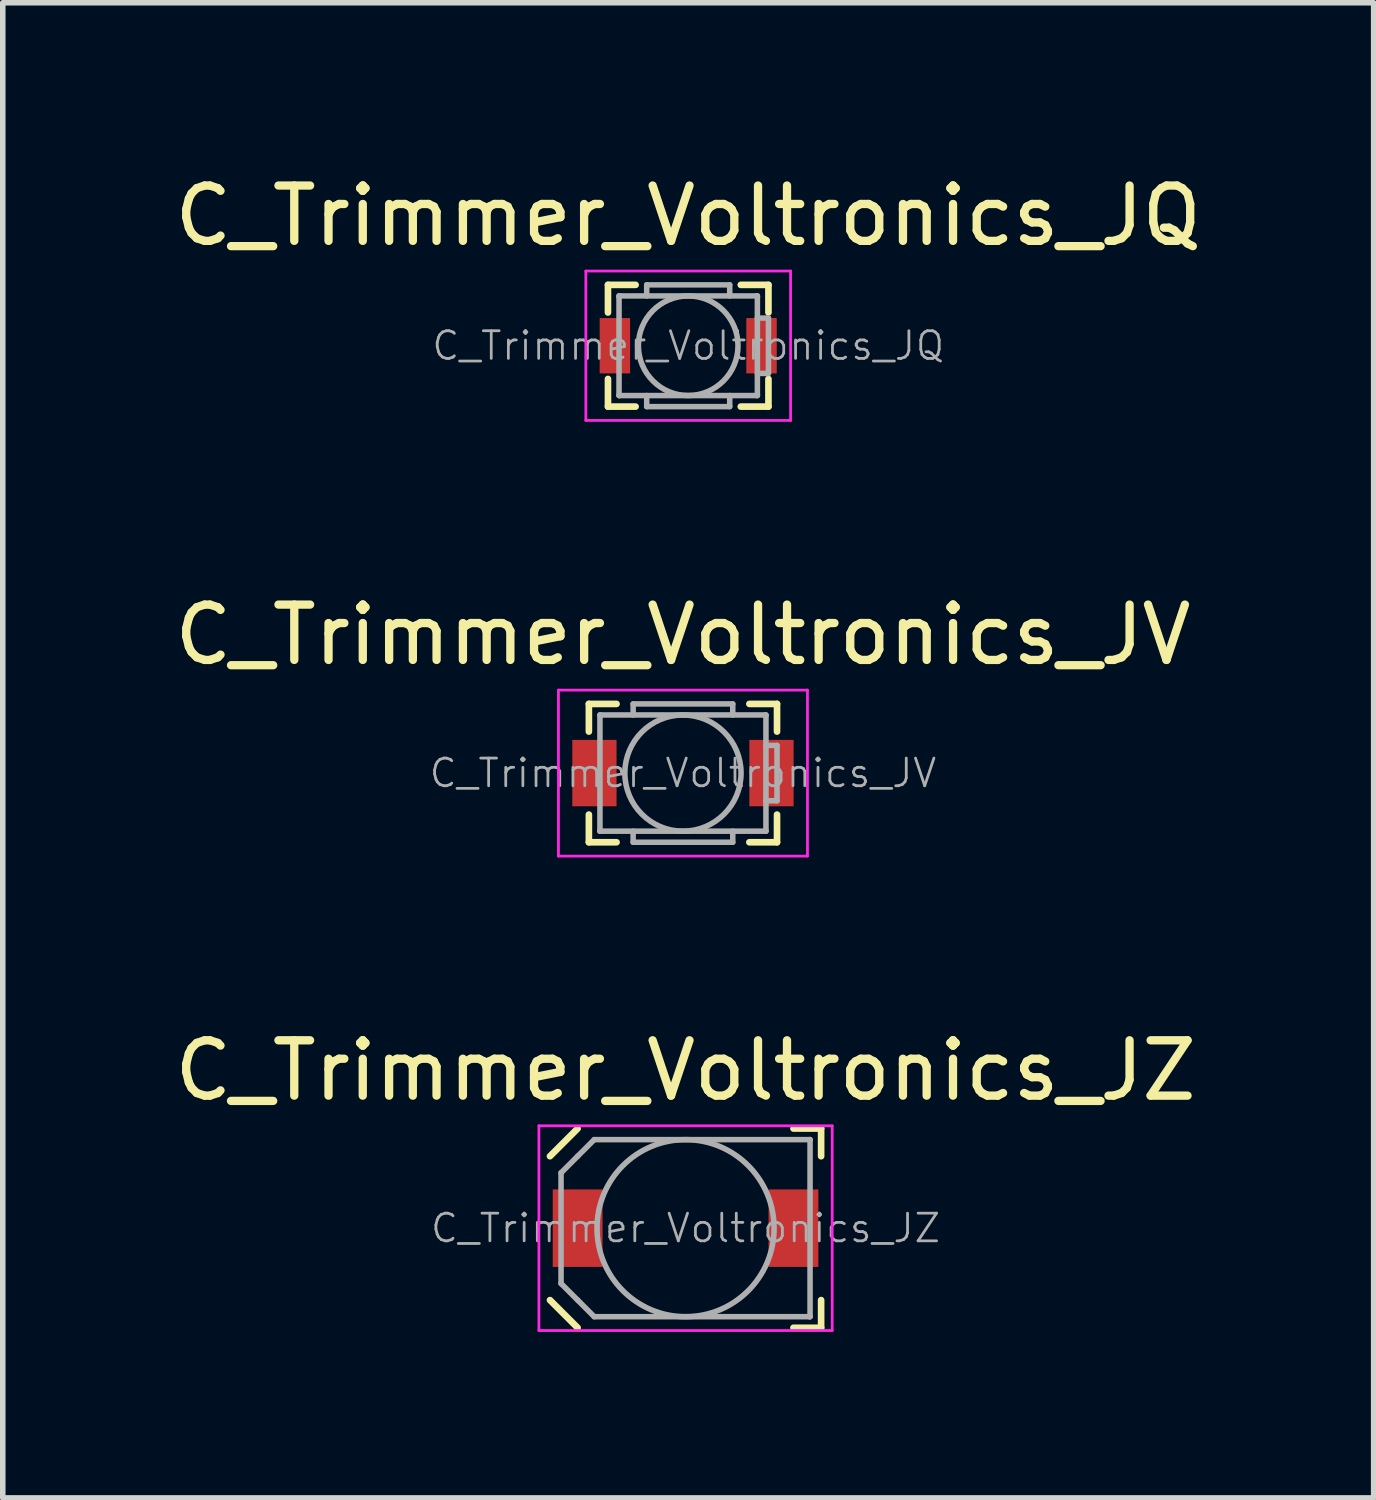
<source format=kicad_pcb>
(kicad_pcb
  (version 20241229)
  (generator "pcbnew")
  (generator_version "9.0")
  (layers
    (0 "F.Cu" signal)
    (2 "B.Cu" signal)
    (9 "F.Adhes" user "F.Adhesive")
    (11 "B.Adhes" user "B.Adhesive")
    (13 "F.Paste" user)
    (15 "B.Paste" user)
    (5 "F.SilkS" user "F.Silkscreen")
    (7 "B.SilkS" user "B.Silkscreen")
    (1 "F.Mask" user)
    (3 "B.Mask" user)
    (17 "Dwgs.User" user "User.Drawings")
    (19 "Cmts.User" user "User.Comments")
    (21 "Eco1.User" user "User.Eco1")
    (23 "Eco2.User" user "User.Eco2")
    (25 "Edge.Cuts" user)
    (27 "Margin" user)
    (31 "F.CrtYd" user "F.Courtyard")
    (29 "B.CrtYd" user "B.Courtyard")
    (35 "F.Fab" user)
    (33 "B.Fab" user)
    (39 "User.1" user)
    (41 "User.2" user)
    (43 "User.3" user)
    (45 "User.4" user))
  (footprint "C_Trimmer_Voltronics_JV"
    (layer "F.Cu")
    (at 9.292 10.921)
    (property "Reference" "C_Trimmer_Voltronics_JV" (at 0 -2.5 0) (layer "F.SilkS") (effects (font (size 1 1) (thickness 0.15))))
    (attr smd)
    (fp_line (start -1.7 -1.25) (end -1.7 -0.75) (stroke (width 0.12) (type solid)) (layer "F.SilkS"))
    (fp_line (start -1.7 -1.25) (end -1.2 -1.25) (stroke (width 0.12) (type solid)) (layer "F.SilkS"))
    (fp_line (start -1.7 1.25) (end -1.7 0.75) (stroke (width 0.12) (type solid)) (layer "F.SilkS"))
    (fp_line (start -1.7 1.25) (end -1.2 1.25) (stroke (width 0.12) (type solid)) (layer "F.SilkS"))
    (fp_line (start 1.7 -1.25) (end 1.2 -1.25) (stroke (width 0.12) (type solid)) (layer "F.SilkS"))
    (fp_line (start 1.7 -1.25) (end 1.7 -0.75) (stroke (width 0.12) (type solid)) (layer "F.SilkS"))
    (fp_line (start 1.7 1.25) (end 1.2 1.25) (stroke (width 0.12) (type solid)) (layer "F.SilkS"))
    (fp_line (start 1.7 1.25) (end 1.7 0.75) (stroke (width 0.12) (type solid)) (layer "F.SilkS"))
    (fp_line (start -2.25 -1.5) (end -2.25 1.5) (stroke (width 0.05) (type solid)) (layer "F.CrtYd"))
    (fp_line (start -2.25 1.5) (end 2.25 1.5) (stroke (width 0.05) (type solid)) (layer "F.CrtYd"))
    (fp_line (start 2.25 -1.5) (end -2.25 -1.5) (stroke (width 0.05) (type solid)) (layer "F.CrtYd"))
    (fp_line (start 2.25 1.5) (end 2.25 -1.5) (stroke (width 0.05) (type solid)) (layer "F.CrtYd"))
    (fp_line (start -1.5 -1.05) (end -1.49 -1.05) (stroke (width 0.1) (type solid)) (layer "F.Fab"))
    (fp_line (start -1.5 -1.04) (end -1.5 -1.05) (stroke (width 0.1) (type solid)) (layer "F.Fab"))
    (fp_line (start -1.5 1.04) (end -1.5 -1.04) (stroke (width 0.1) (type solid)) (layer "F.Fab"))
    (fp_line (start -1.5 1.05) (end -1.5 1.04) (stroke (width 0.1) (type solid)) (layer "F.Fab"))
    (fp_line (start -1.49 -1.05) (end 1.49 -1.05) (stroke (width 0.1) (type solid)) (layer "F.Fab"))
    (fp_line (start -1.49 1.05) (end -1.5 1.05) (stroke (width 0.1) (type solid)) (layer "F.Fab"))
    (fp_line (start -0.9 -1.25) (end 0.9 -1.25) (stroke (width 0.1) (type solid)) (layer "F.Fab"))
    (fp_line (start -0.9 -1.05) (end -0.9 -1.25) (stroke (width 0.1) (type solid)) (layer "F.Fab"))
    (fp_line (start -0.9 1.05) (end -0.9 1.25) (stroke (width 0.1) (type solid)) (layer "F.Fab"))
    (fp_line (start -0.9 1.25) (end 0.9 1.25) (stroke (width 0.1) (type solid)) (layer "F.Fab"))
    (fp_line (start 0.9 -1.25) (end 0.9 -1.05) (stroke (width 0.1) (type solid)) (layer "F.Fab"))
    (fp_line (start 0.9 1.25) (end 0.9 1.05) (stroke (width 0.1) (type solid)) (layer "F.Fab"))
    (fp_line (start 1.49 -1.05) (end 1.5 -1.05) (stroke (width 0.1) (type solid)) (layer "F.Fab"))
    (fp_line (start 1.49 1.05) (end -1.49 1.05) (stroke (width 0.1) (type solid)) (layer "F.Fab"))
    (fp_line (start 1.5 -1.05) (end 1.5 -1.04) (stroke (width 0.1) (type solid)) (layer "F.Fab"))
    (fp_line (start 1.5 -1.04) (end 1.5 1.04) (stroke (width 0.1) (type solid)) (layer "F.Fab"))
    (fp_line (start 1.5 -0.5) (end 1.7 -0.5) (stroke (width 0.1) (type solid)) (layer "F.Fab"))
    (fp_line (start 1.5 1.04) (end 1.5 1.05) (stroke (width 0.1) (type solid)) (layer "F.Fab"))
    (fp_line (start 1.5 1.05) (end 1.49 1.05) (stroke (width 0.1) (type solid)) (layer "F.Fab"))
    (fp_line (start 1.7 -0.5) (end 1.7 0.5) (stroke (width 0.1) (type solid)) (layer "F.Fab"))
    (fp_line (start 1.7 0.5) (end 1.5 0.5) (stroke (width 0.1) (type solid)) (layer "F.Fab"))
    (fp_circle (center 0 0) (end 1.05 0) (stroke (width 0.1) (type solid)) (fill no) (layer "F.Fab"))
    (fp_text user "${REFERENCE}" (at 0 0 0) (layer "F.Fab") (effects (font (size 0.5 0.5) (thickness 0.05))))
    (pad "1" smd rect (at -1.6 0) (size 0.8 1.2) (layers "F.Cu" "F.Mask" "F.Paste"))
    (pad "2" smd rect (at 1.6 0) (size 0.8 1.2) (layers "F.Cu" "F.Mask" "F.Paste")))
  (footprint "C_Trimmer_Voltronics_JQ"
    (layer "F.Cu")
    (at 9.387 3.198)
    (property "Reference" "C_Trimmer_Voltronics_JQ" (at 0 -2.35 0) (layer "F.SilkS") (effects (font (size 1 1) (thickness 0.15))))
    (attr smd)
    (fp_line (start -1.45 -1.1) (end -1.45 -0.6) (stroke (width 0.12) (type solid)) (layer "F.SilkS"))
    (fp_line (start -1.45 -1.1) (end -0.95 -1.1) (stroke (width 0.12) (type solid)) (layer "F.SilkS"))
    (fp_line (start -1.45 1.1) (end -1.45 0.6) (stroke (width 0.12) (type solid)) (layer "F.SilkS"))
    (fp_line (start -1.45 1.1) (end -0.95 1.1) (stroke (width 0.12) (type solid)) (layer "F.SilkS"))
    (fp_line (start 1.45 -1.1) (end 0.95 -1.1) (stroke (width 0.12) (type solid)) (layer "F.SilkS"))
    (fp_line (start 1.45 -1.1) (end 1.45 -0.6) (stroke (width 0.12) (type solid)) (layer "F.SilkS"))
    (fp_line (start 1.45 1.1) (end 0.95 1.1) (stroke (width 0.12) (type solid)) (layer "F.SilkS"))
    (fp_line (start 1.45 1.1) (end 1.45 0.6) (stroke (width 0.12) (type solid)) (layer "F.SilkS"))
    (fp_line (start -1.85 -1.35) (end -1.85 1.35) (stroke (width 0.05) (type solid)) (layer "F.CrtYd"))
    (fp_line (start -1.85 1.35) (end 1.85 1.35) (stroke (width 0.05) (type solid)) (layer "F.CrtYd"))
    (fp_line (start 1.85 -1.35) (end -1.85 -1.35) (stroke (width 0.05) (type solid)) (layer "F.CrtYd"))
    (fp_line (start 1.85 1.35) (end 1.85 -1.35) (stroke (width 0.05) (type solid)) (layer "F.CrtYd"))
    (fp_line (start -1.25 -0.9) (end -1.24 -0.9) (stroke (width 0.1) (type solid)) (layer "F.Fab"))
    (fp_line (start -1.25 -0.89) (end -1.25 -0.9) (stroke (width 0.1) (type solid)) (layer "F.Fab"))
    (fp_line (start -1.25 0.89) (end -1.25 -0.89) (stroke (width 0.1) (type solid)) (layer "F.Fab"))
    (fp_line (start -1.25 0.9) (end -1.25 0.89) (stroke (width 0.1) (type solid)) (layer "F.Fab"))
    (fp_line (start -1.24 -0.9) (end 1.24 -0.9) (stroke (width 0.1) (type solid)) (layer "F.Fab"))
    (fp_line (start -1.24 0.9) (end -1.25 0.9) (stroke (width 0.1) (type solid)) (layer "F.Fab"))
    (fp_line (start -0.75 -1.1) (end 0.75 -1.1) (stroke (width 0.1) (type solid)) (layer "F.Fab"))
    (fp_line (start -0.75 -0.9) (end -0.75 -1.1) (stroke (width 0.1) (type solid)) (layer "F.Fab"))
    (fp_line (start -0.75 0.9) (end -0.75 1.1) (stroke (width 0.1) (type solid)) (layer "F.Fab"))
    (fp_line (start -0.75 1.1) (end 0.75 1.1) (stroke (width 0.1) (type solid)) (layer "F.Fab"))
    (fp_line (start 0.75 -1.1) (end 0.75 -0.9) (stroke (width 0.1) (type solid)) (layer "F.Fab"))
    (fp_line (start 0.75 1.1) (end 0.75 0.9) (stroke (width 0.1) (type solid)) (layer "F.Fab"))
    (fp_line (start 1.24 -0.9) (end 1.25 -0.9) (stroke (width 0.1) (type solid)) (layer "F.Fab"))
    (fp_line (start 1.24 0.9) (end -1.24 0.9) (stroke (width 0.1) (type solid)) (layer "F.Fab"))
    (fp_line (start 1.25 -0.9) (end 1.25 -0.89) (stroke (width 0.1) (type solid)) (layer "F.Fab"))
    (fp_line (start 1.25 -0.89) (end 1.25 0.89) (stroke (width 0.1) (type solid)) (layer "F.Fab"))
    (fp_line (start 1.25 -0.5) (end 1.45 -0.5) (stroke (width 0.1) (type solid)) (layer "F.Fab"))
    (fp_line (start 1.25 0.89) (end 1.25 0.9) (stroke (width 0.1) (type solid)) (layer "F.Fab"))
    (fp_line (start 1.25 0.9) (end 1.24 0.9) (stroke (width 0.1) (type solid)) (layer "F.Fab"))
    (fp_line (start 1.45 -0.5) (end 1.45 0.5) (stroke (width 0.1) (type solid)) (layer "F.Fab"))
    (fp_line (start 1.45 0.5) (end 1.25 0.5) (stroke (width 0.1) (type solid)) (layer "F.Fab"))
    (fp_circle (center 0 0) (end 0.9 0) (stroke (width 0.1) (type solid)) (fill no) (layer "F.Fab"))
    (fp_text user "${REFERENCE}" (at 0 0 0) (layer "F.Fab") (effects (font (size 0.5 0.5) (thickness 0.05))))
    (pad "1" smd rect (at -1.325 0) (size 0.55 1) (layers "F.Cu" "F.Mask" "F.Paste"))
    (pad "2" smd rect (at 1.325 0) (size 0.55 1) (layers "F.Cu" "F.Mask" "F.Paste")))
  (footprint "C_Trimmer_Voltronics_JZ"
    (layer "F.Cu")
    (at 9.339 19.145)
    (property "Reference" "C_Trimmer_Voltronics_JZ" (at 0 -2.85 0) (layer "F.SilkS") (effects (font (size 1 1) (thickness 0.15))))
    (attr smd)
    (fp_line (start -2.45 -1.3) (end -1.95 -1.8) (stroke (width 0.12) (type solid)) (layer "F.SilkS"))
    (fp_line (start -2.45 1.3) (end -1.95 1.8) (stroke (width 0.12) (type solid)) (layer "F.SilkS"))
    (fp_line (start 2.45 -1.8) (end 1.95 -1.8) (stroke (width 0.12) (type solid)) (layer "F.SilkS"))
    (fp_line (start 2.45 -1.8) (end 2.45 -1.3) (stroke (width 0.12) (type solid)) (layer "F.SilkS"))
    (fp_line (start 2.45 1.8) (end 1.95 1.8) (stroke (width 0.12) (type solid)) (layer "F.SilkS"))
    (fp_line (start 2.45 1.8) (end 2.45 1.3) (stroke (width 0.12) (type solid)) (layer "F.SilkS"))
    (fp_line (start -2.65 -1.85) (end -2.65 1.85) (stroke (width 0.05) (type solid)) (layer "F.CrtYd"))
    (fp_line (start -2.65 1.85) (end 2.65 1.85) (stroke (width 0.05) (type solid)) (layer "F.CrtYd"))
    (fp_line (start 2.65 -1.85) (end -2.65 -1.85) (stroke (width 0.05) (type solid)) (layer "F.CrtYd"))
    (fp_line (start 2.65 1.85) (end 2.65 -1.85) (stroke (width 0.05) (type solid)) (layer "F.CrtYd"))
    (fp_line (start -2.25 -1) (end -1.95 -1.3) (stroke (width 0.1) (type solid)) (layer "F.Fab"))
    (fp_line (start -2.25 1) (end -2.25 -1) (stroke (width 0.1) (type solid)) (layer "F.Fab"))
    (fp_line (start -1.95 -1.3) (end -1.65 -1.6) (stroke (width 0.1) (type solid)) (layer "F.Fab"))
    (fp_line (start -1.95 1.3) (end -2.25 1) (stroke (width 0.1) (type solid)) (layer "F.Fab"))
    (fp_line (start -1.65 -1.6) (end 2.24 -1.6) (stroke (width 0.1) (type solid)) (layer "F.Fab"))
    (fp_line (start -1.65 1.6) (end -1.95 1.3) (stroke (width 0.1) (type solid)) (layer "F.Fab"))
    (fp_line (start 2.24 -1.6) (end 2.25 -1.6) (stroke (width 0.1) (type solid)) (layer "F.Fab"))
    (fp_line (start 2.24 1.6) (end -1.65 1.6) (stroke (width 0.1) (type solid)) (layer "F.Fab"))
    (fp_line (start 2.25 -1.6) (end 2.25 -1.59) (stroke (width 0.1) (type solid)) (layer "F.Fab"))
    (fp_line (start 2.25 -1.59) (end 2.25 1.59) (stroke (width 0.1) (type solid)) (layer "F.Fab"))
    (fp_line (start 2.25 1.59) (end 2.25 1.6) (stroke (width 0.1) (type solid)) (layer "F.Fab"))
    (fp_line (start 2.25 1.6) (end 2.24 1.6) (stroke (width 0.1) (type solid)) (layer "F.Fab"))
    (fp_circle (center 0 0) (end 1.6 0) (stroke (width 0.1) (type solid)) (fill no) (layer "F.Fab"))
    (fp_text user "${REFERENCE}" (at 0 0 0) (layer "F.Fab") (effects (font (size 0.5 0.5) (thickness 0.05))))
    (pad "1" smd rect (at -1.95 0) (size 0.9 1.4) (layers "F.Cu" "F.Mask" "F.Paste"))
    (pad "2" smd rect (at 1.95 0) (size 0.9 1.4) (layers "F.Cu" "F.Mask" "F.Paste")))
  (gr_rect
    (start -3 -3)
    (end 21.774 24.02)
    (stroke (width 0.1) (type default))
    (fill no)
    (layer "Edge.Cuts")))
</source>
